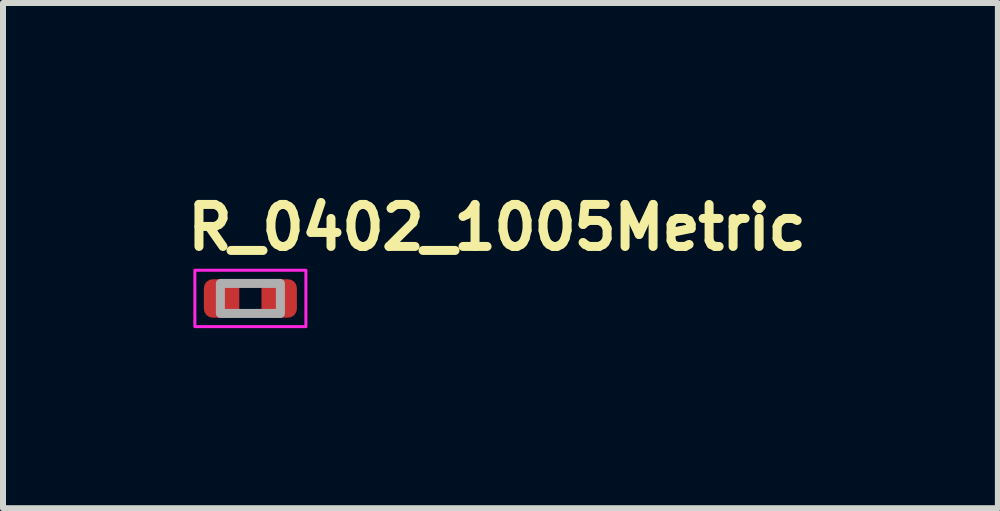
<source format=kicad_pcb>
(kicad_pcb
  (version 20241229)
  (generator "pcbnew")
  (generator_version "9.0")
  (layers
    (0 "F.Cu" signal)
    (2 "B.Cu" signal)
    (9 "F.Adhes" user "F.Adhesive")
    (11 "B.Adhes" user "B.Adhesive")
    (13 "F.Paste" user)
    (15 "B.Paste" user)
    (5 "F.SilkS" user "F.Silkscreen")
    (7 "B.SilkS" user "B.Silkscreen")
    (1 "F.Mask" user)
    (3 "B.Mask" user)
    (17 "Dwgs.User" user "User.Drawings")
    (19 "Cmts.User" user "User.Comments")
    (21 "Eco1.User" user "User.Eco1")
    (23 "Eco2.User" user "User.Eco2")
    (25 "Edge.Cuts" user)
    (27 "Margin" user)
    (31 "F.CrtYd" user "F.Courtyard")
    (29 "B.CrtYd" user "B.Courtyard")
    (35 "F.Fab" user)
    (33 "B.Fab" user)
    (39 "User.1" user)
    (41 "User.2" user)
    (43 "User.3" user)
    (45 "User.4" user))
  (footprint "R_0402_1005Metric"
    (layer "F.Cu")
    (at 1.122 1.923)
    (property "Reference" "R_0402_1005Metric" (at -1.122 -0.773 0) (layer "F.SilkS") (effects (font (size 0.7 0.7) (thickness 0.15)) (justify left bottom)))
    (attr smd)
    (fp_rect (start -0.925 -0.47) (end 0.925 0.47) (stroke (width 0.05) (type default)) (fill no) (layer "F.CrtYd"))
    (fp_rect (start -0.5 -0.25) (end 0.5 0.25) (stroke (width 0.15) (type solid)) (fill no) (layer "F.Fab"))
    (fp_rect (start -0.5 -0.25) (end 0.5 0.25) (stroke (width 0.1) (type solid)) (fill no) (layer "User.5"))
    (fp_line (start -0.5 0.248) (end -0.5 -0.25) (stroke (width 0.02) (type solid)) (layer "User.9"))
    (fp_line (start -0.25 -0.25) (end -0.5 -0.25) (stroke (width 0.02) (type solid)) (layer "User.9"))
    (fp_line (start -0.25 0.248) (end -0.5 0.248) (stroke (width 0.02) (type solid)) (layer "User.9"))
    (fp_line (start -0.25 0.248) (end -0.25 -0.25) (stroke (width 0.02) (type solid)) (layer "User.9"))
    (fp_line (start 0.248 -0.25) (end 0.248 0.248) (stroke (width 0.02) (type solid)) (layer "User.9"))
    (fp_line (start 0.248 -0.232) (end -0.25 -0.232) (stroke (width 0.02) (type solid)) (layer "User.9"))
    (fp_line (start 0.248 0.23) (end -0.25 0.23) (stroke (width 0.02) (type solid)) (layer "User.9"))
    (fp_line (start 0.248 0.248) (end 0.498 0.248) (stroke (width 0.02) (type solid)) (layer "User.9"))
    (fp_line (start 0.498 -0.25) (end 0.248 -0.25) (stroke (width 0.02) (type solid)) (layer "User.9"))
    (fp_line (start 0.498 0.248) (end 0.498 -0.25) (stroke (width 0.02) (type solid)) (layer "User.9"))
    (pad "1" smd roundrect (at -0.48 0) (size 0.59 0.64) (layers "F.Cu" "F.Mask" "F.Paste") (roundrect_rratio 0.25))
    (pad "2" smd roundrect (at 0.48 0) (size 0.59 0.64) (layers "F.Cu" "F.Mask" "F.Paste") (roundrect_rratio 0.25)))
  (gr_rect
    (start -3 -3)
    (end 13.577 5.418)
    (stroke (width 0.1) (type default))
    (fill no)
    (layer "Edge.Cuts")))
</source>
